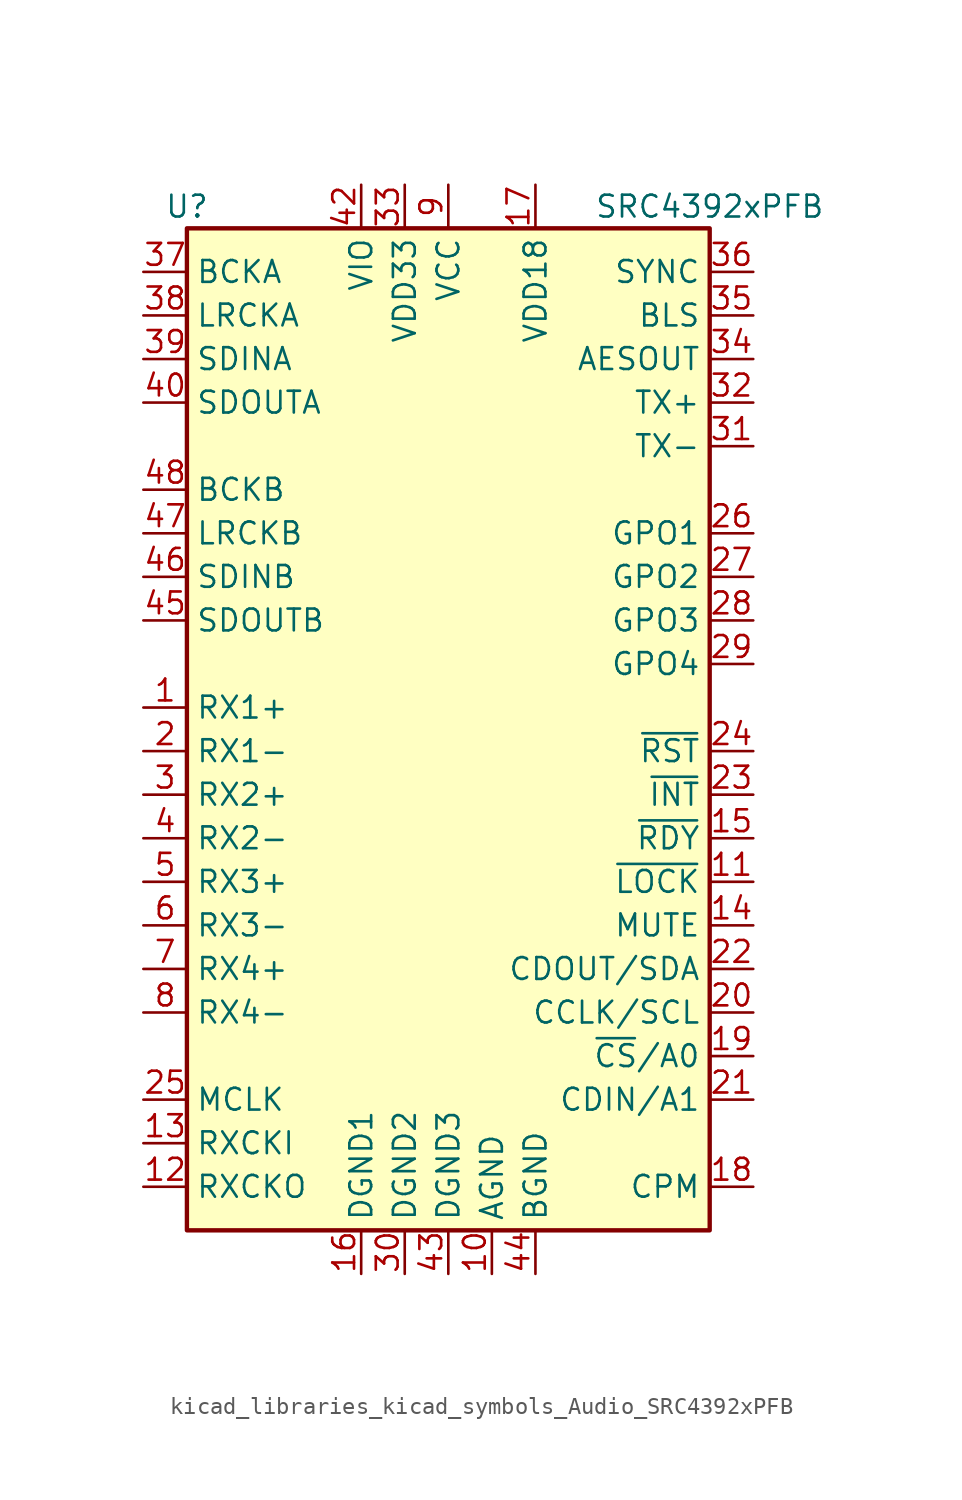
<source format=kicad_sym>
(kicad_symbol_lib
  (version 20220914)
  (generator kicad_symbol_editor)
  (symbol "kicad_libraries_kicad_symbols_Audio_SRC4392xPFB"
    (property "Reference" "U"
      (at -15.24 31.75 0)
      (effects (font (size 1.27 1.27))))
    (property "Value" "SRC4392xPFB"
      (at 15.24 31.75 0)
      (effects (font (size 1.27 1.27))))
    (symbol "kicad_libraries_kicad_symbols_Audio_SRC4392xPFB_0_1"
      (rectangle (start -15.24 30.48) (end 15.24 -27.94) (stroke (width 0.254) (type default)) (fill (type background))))
    (symbol "kicad_libraries_kicad_symbols_Audio_SRC4392xPFB_1_1"
      (pin input line (at -17.78 2.54 0) (length 2.54) (name "RX1+" (effects (font (size 1.27 1.27)))) (number "1" (effects (font (size 1.27 1.27)))))
      (pin power_in line (at 2.54 -30.48 90) (length 2.54) (name "AGND" (effects (font (size 1.27 1.27)))) (number "10" (effects (font (size 1.27 1.27)))))
      (pin output line (at 17.78 -7.62 180) (length 2.54) (name "~{LOCK}" (effects (font (size 1.27 1.27)))) (number "11" (effects (font (size 1.27 1.27)))))
      (pin output line (at -17.78 -25.4 0) (length 2.54) (name "RXCKO" (effects (font (size 1.27 1.27)))) (number "12" (effects (font (size 1.27 1.27)))))
      (pin input line (at -17.78 -22.86 0) (length 2.54) (name "RXCKI" (effects (font (size 1.27 1.27)))) (number "13" (effects (font (size 1.27 1.27)))))
      (pin input line (at 17.78 -10.16 180) (length 2.54) (name "MUTE" (effects (font (size 1.27 1.27)))) (number "14" (effects (font (size 1.27 1.27)))))
      (pin output line (at 17.78 -5.08 180) (length 2.54) (name "~{RDY}" (effects (font (size 1.27 1.27)))) (number "15" (effects (font (size 1.27 1.27)))))
      (pin power_in line (at -5.08 -30.48 90) (length 2.54) (name "DGND1" (effects (font (size 1.27 1.27)))) (number "16" (effects (font (size 1.27 1.27)))))
      (pin power_in line (at 5.08 33.02 270) (length 2.54) (name "VDD18" (effects (font (size 1.27 1.27)))) (number "17" (effects (font (size 1.27 1.27)))))
      (pin input line (at 17.78 -25.4 180) (length 2.54) (name "CPM" (effects (font (size 1.27 1.27)))) (number "18" (effects (font (size 1.27 1.27)))))
      (pin input line (at 17.78 -17.78 180) (length 2.54) (name "~{CS}/A0" (effects (font (size 1.27 1.27)))) (number "19" (effects (font (size 1.27 1.27)))))
      (pin input line (at -17.78 0 0) (length 2.54) (name "RX1-" (effects (font (size 1.27 1.27)))) (number "2" (effects (font (size 1.27 1.27)))))
      (pin input line (at 17.78 -15.24 180) (length 2.54) (name "CCLK/SCL" (effects (font (size 1.27 1.27)))) (number "20" (effects (font (size 1.27 1.27)))))
      (pin input line (at 17.78 -20.32 180) (length 2.54) (name "CDIN/A1" (effects (font (size 1.27 1.27)))) (number "21" (effects (font (size 1.27 1.27)))))
      (pin bidirectional line (at 17.78 -12.7 180) (length 2.54) (name "CDOUT/SDA" (effects (font (size 1.27 1.27)))) (number "22" (effects (font (size 1.27 1.27)))))
      (pin open_collector line (at 17.78 -2.54 180) (length 2.54) (name "~{INT}" (effects (font (size 1.27 1.27)))) (number "23" (effects (font (size 1.27 1.27)))))
      (pin input line (at 17.78 0 180) (length 2.54) (name "~{RST}" (effects (font (size 1.27 1.27)))) (number "24" (effects (font (size 1.27 1.27)))))
      (pin input line (at -17.78 -20.32 0) (length 2.54) (name "MCLK" (effects (font (size 1.27 1.27)))) (number "25" (effects (font (size 1.27 1.27)))))
      (pin output line (at 17.78 12.7 180) (length 2.54) (name "GPO1" (effects (font (size 1.27 1.27)))) (number "26" (effects (font (size 1.27 1.27)))))
      (pin output line (at 17.78 10.16 180) (length 2.54) (name "GPO2" (effects (font (size 1.27 1.27)))) (number "27" (effects (font (size 1.27 1.27)))))
      (pin output line (at 17.78 7.62 180) (length 2.54) (name "GPO3" (effects (font (size 1.27 1.27)))) (number "28" (effects (font (size 1.27 1.27)))))
      (pin output line (at 17.78 5.08 180) (length 2.54) (name "GPO4" (effects (font (size 1.27 1.27)))) (number "29" (effects (font (size 1.27 1.27)))))
      (pin input line (at -17.78 -2.54 0) (length 2.54) (name "RX2+" (effects (font (size 1.27 1.27)))) (number "3" (effects (font (size 1.27 1.27)))))
      (pin power_in line (at -2.54 -30.48 90) (length 2.54) (name "DGND2" (effects (font (size 1.27 1.27)))) (number "30" (effects (font (size 1.27 1.27)))))
      (pin output line (at 17.78 17.78 180) (length 2.54) (name "TX-" (effects (font (size 1.27 1.27)))) (number "31" (effects (font (size 1.27 1.27)))))
      (pin output line (at 17.78 20.32 180) (length 2.54) (name "TX+" (effects (font (size 1.27 1.27)))) (number "32" (effects (font (size 1.27 1.27)))))
      (pin power_in line (at -2.54 33.02 270) (length 2.54) (name "VDD33" (effects (font (size 1.27 1.27)))) (number "33" (effects (font (size 1.27 1.27)))))
      (pin output line (at 17.78 22.86 180) (length 2.54) (name "AESOUT" (effects (font (size 1.27 1.27)))) (number "34" (effects (font (size 1.27 1.27)))))
      (pin bidirectional line (at 17.78 25.4 180) (length 2.54) (name "BLS" (effects (font (size 1.27 1.27)))) (number "35" (effects (font (size 1.27 1.27)))))
      (pin output line (at 17.78 27.94 180) (length 2.54) (name "SYNC" (effects (font (size 1.27 1.27)))) (number "36" (effects (font (size 1.27 1.27)))))
      (pin bidirectional line (at -17.78 27.94 0) (length 2.54) (name "BCKA" (effects (font (size 1.27 1.27)))) (number "37" (effects (font (size 1.27 1.27)))))
      (pin bidirectional line (at -17.78 25.4 0) (length 2.54) (name "LRCKA" (effects (font (size 1.27 1.27)))) (number "38" (effects (font (size 1.27 1.27)))))
      (pin input line (at -17.78 22.86 0) (length 2.54) (name "SDINA" (effects (font (size 1.27 1.27)))) (number "39" (effects (font (size 1.27 1.27)))))
      (pin input line (at -17.78 -5.08 0) (length 2.54) (name "RX2-" (effects (font (size 1.27 1.27)))) (number "4" (effects (font (size 1.27 1.27)))))
      (pin output line (at -17.78 20.32 0) (length 2.54) (name "SDOUTA" (effects (font (size 1.27 1.27)))) (number "40" (effects (font (size 1.27 1.27)))))
      (pin no_connect line (at 10.16 -27.94 90) (length 2.54) hide (name "NC" (effects (font (size 1.27 1.27)))) (number "41" (effects (font (size 1.27 1.27)))))
      (pin power_in line (at -5.08 33.02 270) (length 2.54) (name "VIO" (effects (font (size 1.27 1.27)))) (number "42" (effects (font (size 1.27 1.27)))))
      (pin power_in line (at 0 -30.48 90) (length 2.54) (name "DGND3" (effects (font (size 1.27 1.27)))) (number "43" (effects (font (size 1.27 1.27)))))
      (pin power_in line (at 5.08 -30.48 90) (length 2.54) (name "BGND" (effects (font (size 1.27 1.27)))) (number "44" (effects (font (size 1.27 1.27)))))
      (pin output line (at -17.78 7.62 0) (length 2.54) (name "SDOUTB" (effects (font (size 1.27 1.27)))) (number "45" (effects (font (size 1.27 1.27)))))
      (pin input line (at -17.78 10.16 0) (length 2.54) (name "SDINB" (effects (font (size 1.27 1.27)))) (number "46" (effects (font (size 1.27 1.27)))))
      (pin bidirectional line (at -17.78 12.7 0) (length 2.54) (name "LRCKB" (effects (font (size 1.27 1.27)))) (number "47" (effects (font (size 1.27 1.27)))))
      (pin bidirectional line (at -17.78 15.24 0) (length 2.54) (name "BCKB" (effects (font (size 1.27 1.27)))) (number "48" (effects (font (size 1.27 1.27)))))
      (pin input line (at -17.78 -7.62 0) (length 2.54) (name "RX3+" (effects (font (size 1.27 1.27)))) (number "5" (effects (font (size 1.27 1.27)))))
      (pin input line (at -17.78 -10.16 0) (length 2.54) (name "RX3-" (effects (font (size 1.27 1.27)))) (number "6" (effects (font (size 1.27 1.27)))))
      (pin input line (at -17.78 -12.7 0) (length 2.54) (name "RX4+" (effects (font (size 1.27 1.27)))) (number "7" (effects (font (size 1.27 1.27)))))
      (pin input line (at -17.78 -15.24 0) (length 2.54) (name "RX4-" (effects (font (size 1.27 1.27)))) (number "8" (effects (font (size 1.27 1.27)))))
      (pin power_in line (at 0 33.02 270) (length 2.54) (name "VCC" (effects (font (size 1.27 1.27)))) (number "9" (effects (font (size 1.27 1.27))))))))
</source>
